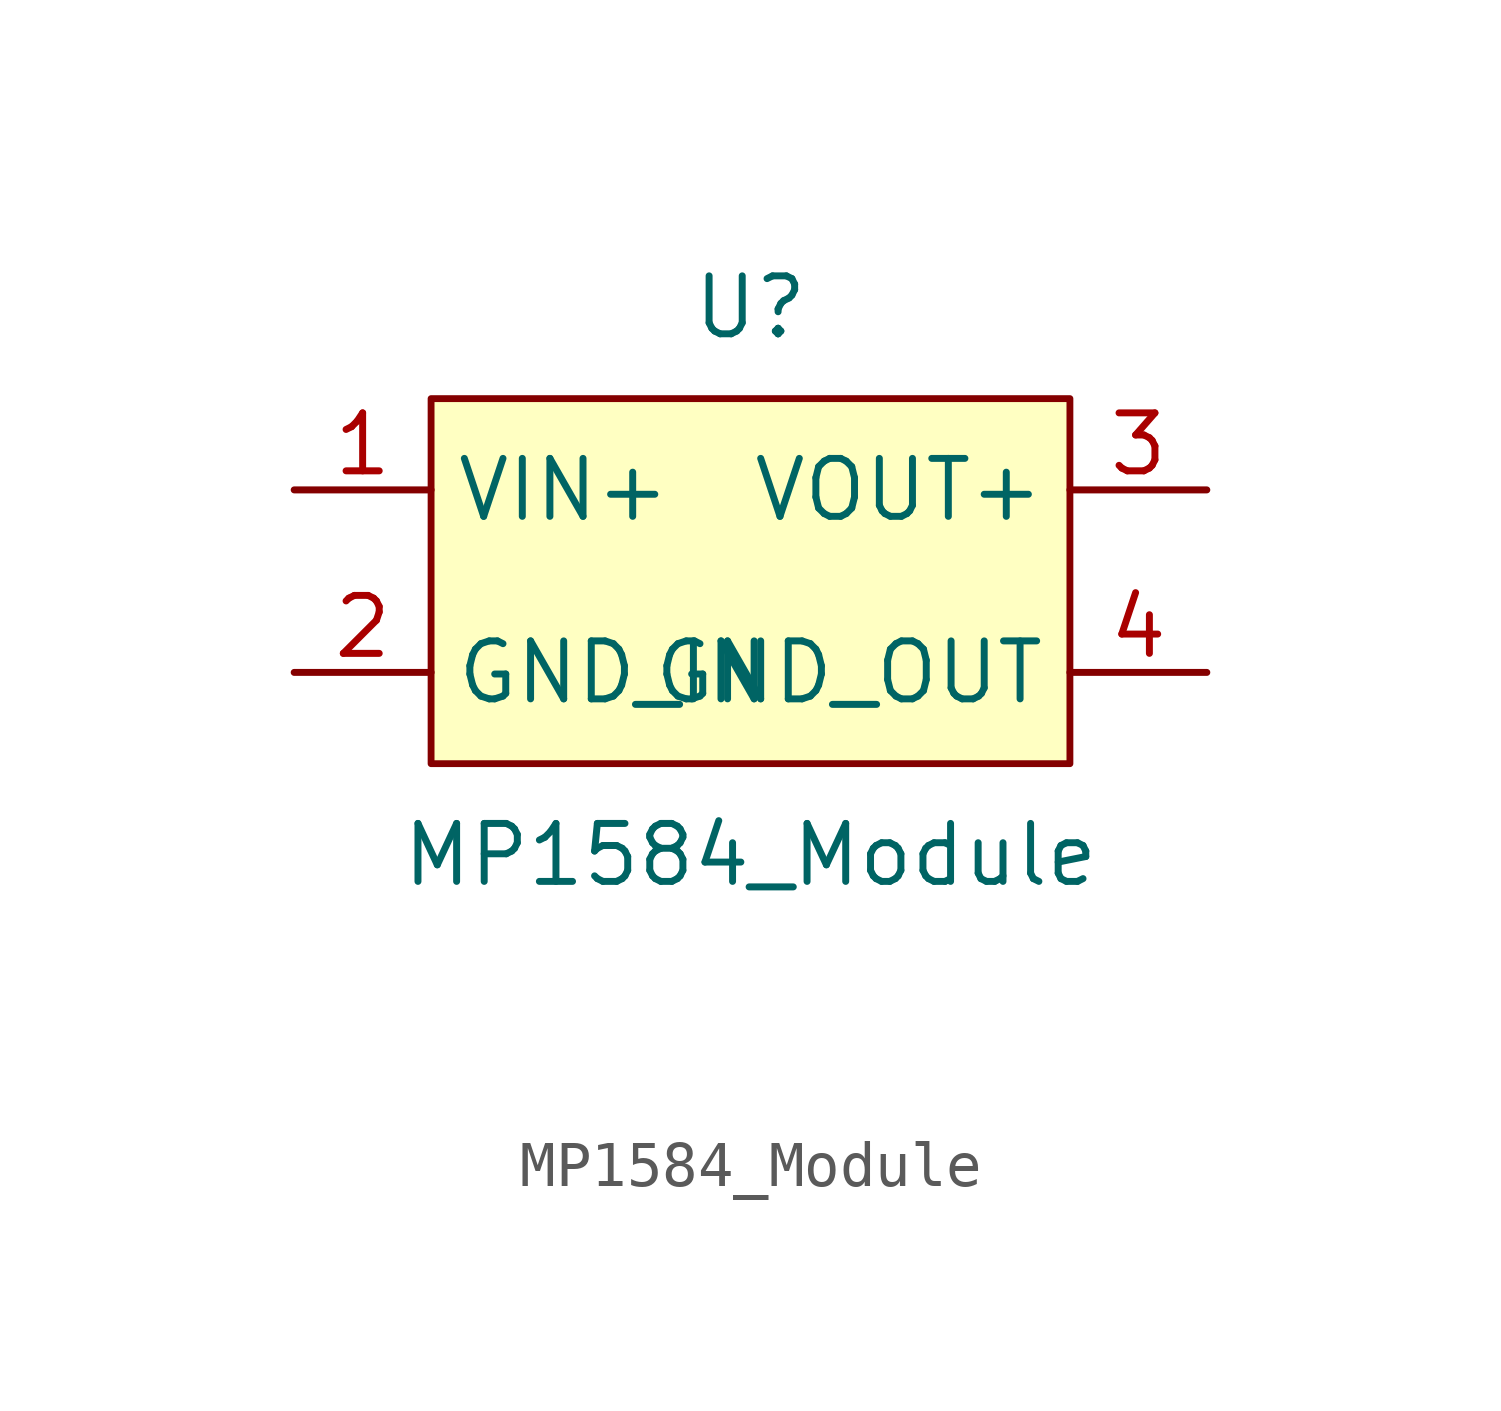
<source format=kicad_sym>
(kicad_symbol_lib
  (version 20211014)
  (generator "chatgpt")
  (symbol "MP1584_Module"
    (property "Reference" "U"
      (at 0 6 0)
      (effects (font (size 1.27 1.27))))
    (property "Value" "MP1584_Module"
      (at 0 -6 0)
      (effects (font (size 1.27 1.27))))
    (property "Footprint" ""
      (at 0 -8 0)
      (effects (font (size 1.27 1.27)) (justify left)))
    (property "Datasheet" ""
      (at 0 -10 0)
      (effects (font (size 1.27 1.27)) (justify left)))
    (symbol "MP1584_Module_1_1"
      (rectangle (start -7 4) (end 7 -4) (stroke (width 0.15) (type solid)) (fill (type background)))
      (pin power_in line (at -10 2 0) (length 3) (name "VIN+") (number "1"))
      (pin power_in line (at -10 -2 0) (length 3) (name "GND_IN") (number "2"))
      (pin power_out line (at 10 2 180) (length 3) (name "VOUT+") (number "3"))
      (pin power_in line (at 10 -2 180) (length 3) (name "GND_OUT") (number "4")))))
</source>
